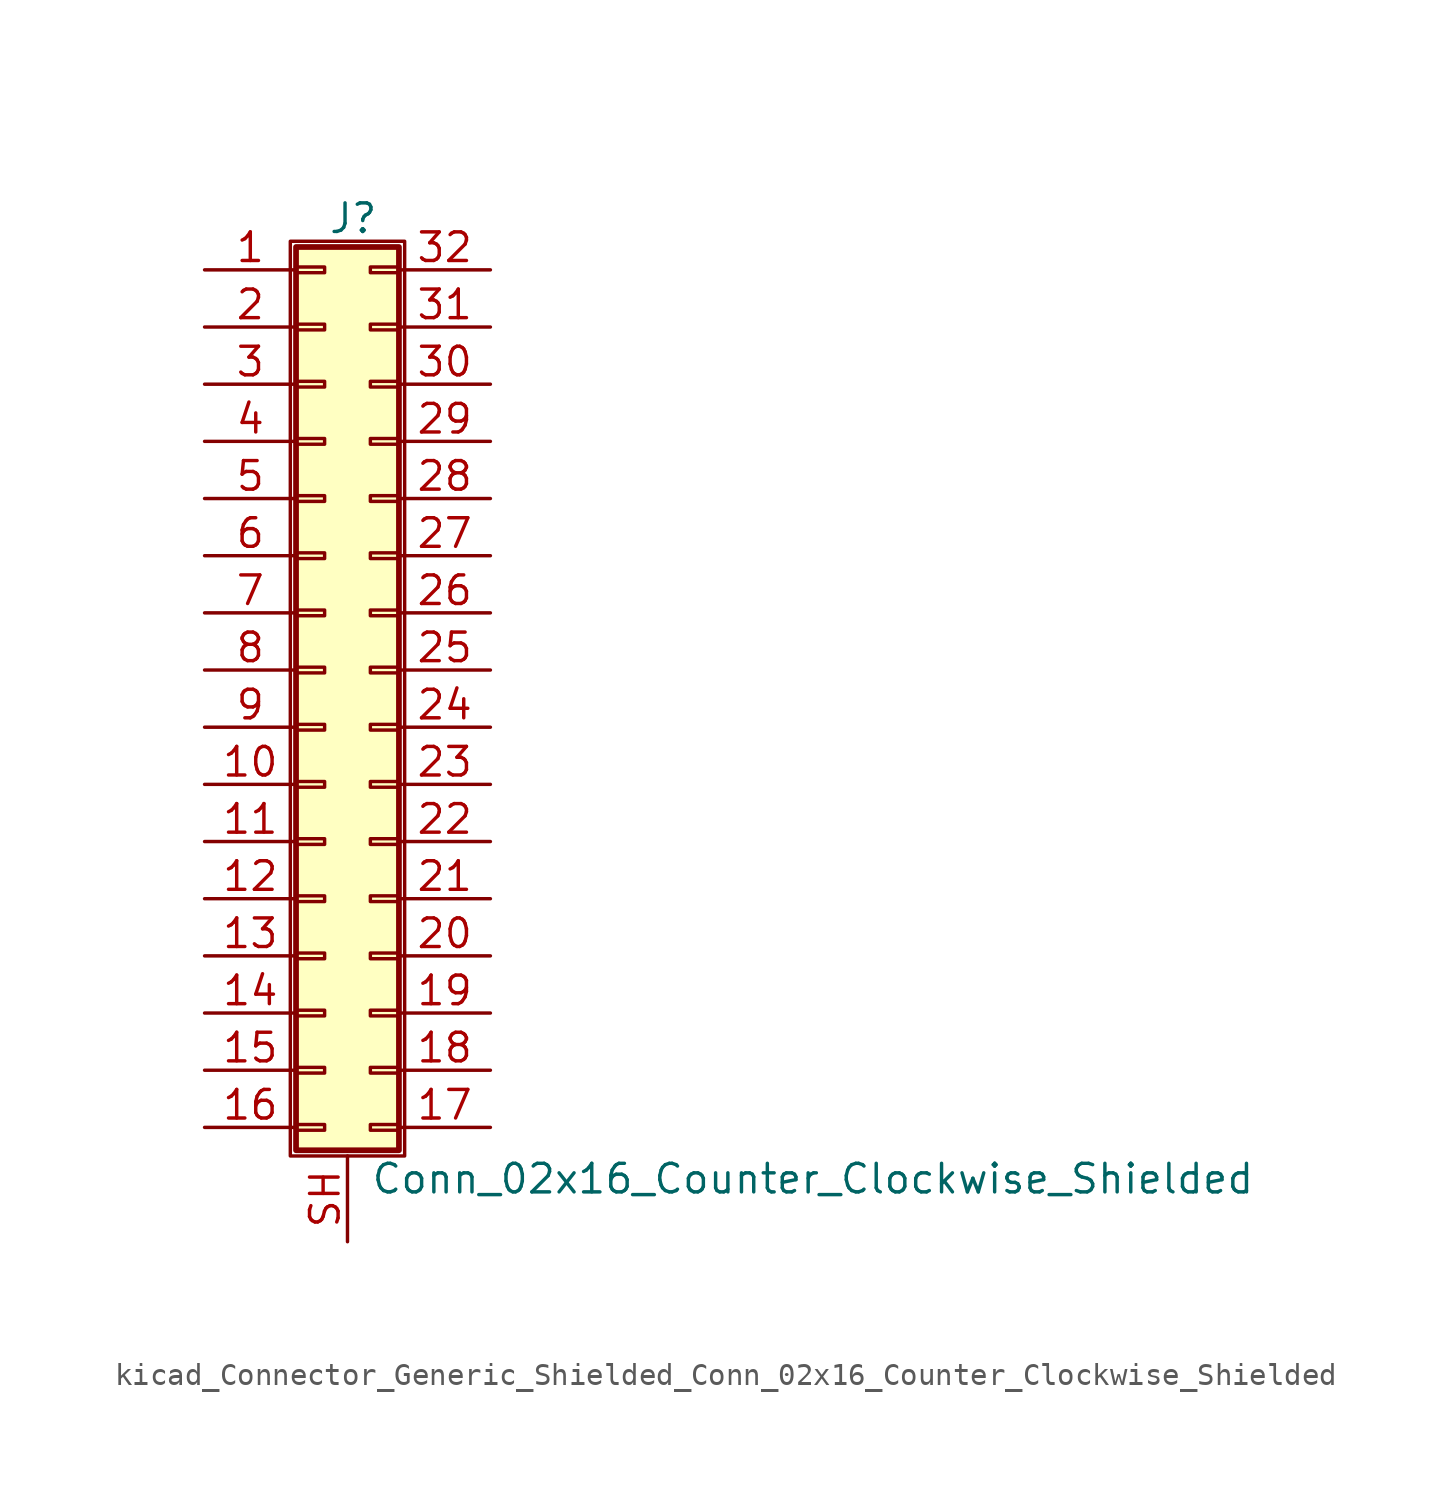
<source format=kicad_sym>
(kicad_symbol_lib
  (version 20220914)
  (generator kicad_symbol_editor)
  (symbol "kicad_Connector_Generic_Shielded_Conn_02x16_Counter_Clockwise_Shielded"
    (pin_names
      (offset 1.016) hide)
    (property "Reference" "J"
      (at 1.524 20.066 0)
      (effects (font (size 1.27 1.27))))
    (property "Value" "Conn_02x16_Counter_Clockwise_Shielded"
      (at 2.286 -22.606 0)
      (effects (font (size 1.27 1.27)) (justify left)))
    (symbol "kicad_Connector_Generic_Shielded_Conn_02x16_Counter_Clockwise_Shielded_1_1"
      (rectangle (start -1.27 19.05) (end 3.81 -21.59) (stroke (width 0.152) (type default)) (fill (type none)))
      (rectangle (start -1.016 -20.193) (end 0.254 -20.447) (stroke (width 0.152) (type default)) (fill (type none)))
      (rectangle (start -1.016 -17.653) (end 0.254 -17.907) (stroke (width 0.152) (type default)) (fill (type none)))
      (rectangle (start -1.016 -15.113) (end 0.254 -15.367) (stroke (width 0.152) (type default)) (fill (type none)))
      (rectangle (start -1.016 -12.573) (end 0.254 -12.827) (stroke (width 0.152) (type default)) (fill (type none)))
      (rectangle (start -1.016 -10.033) (end 0.254 -10.287) (stroke (width 0.152) (type default)) (fill (type none)))
      (rectangle (start -1.016 -7.493) (end 0.254 -7.747) (stroke (width 0.152) (type default)) (fill (type none)))
      (rectangle (start -1.016 -4.953) (end 0.254 -5.207) (stroke (width 0.152) (type default)) (fill (type none)))
      (rectangle (start -1.016 -2.413) (end 0.254 -2.667) (stroke (width 0.152) (type default)) (fill (type none)))
      (rectangle (start -1.016 0.127) (end 0.254 -0.127) (stroke (width 0.152) (type default)) (fill (type none)))
      (rectangle (start -1.016 2.667) (end 0.254 2.413) (stroke (width 0.152) (type default)) (fill (type none)))
      (rectangle (start -1.016 5.207) (end 0.254 4.953) (stroke (width 0.152) (type default)) (fill (type none)))
      (rectangle (start -1.016 7.747) (end 0.254 7.493) (stroke (width 0.152) (type default)) (fill (type none)))
      (rectangle (start -1.016 10.287) (end 0.254 10.033) (stroke (width 0.152) (type default)) (fill (type none)))
      (rectangle (start -1.016 12.827) (end 0.254 12.573) (stroke (width 0.152) (type default)) (fill (type none)))
      (rectangle (start -1.016 15.367) (end 0.254 15.113) (stroke (width 0.152) (type default)) (fill (type none)))
      (rectangle (start -1.016 17.907) (end 0.254 17.653) (stroke (width 0.152) (type default)) (fill (type none)))
      (rectangle (start -1.016 18.796) (end 3.556 -21.336) (stroke (width 0.254) (type default)) (fill (type background)))
      (rectangle (start 3.556 -20.193) (end 2.286 -20.447) (stroke (width 0.152) (type default)) (fill (type none)))
      (rectangle (start 3.556 -17.653) (end 2.286 -17.907) (stroke (width 0.152) (type default)) (fill (type none)))
      (rectangle (start 3.556 -15.113) (end 2.286 -15.367) (stroke (width 0.152) (type default)) (fill (type none)))
      (rectangle (start 3.556 -12.573) (end 2.286 -12.827) (stroke (width 0.152) (type default)) (fill (type none)))
      (rectangle (start 3.556 -10.033) (end 2.286 -10.287) (stroke (width 0.152) (type default)) (fill (type none)))
      (rectangle (start 3.556 -7.493) (end 2.286 -7.747) (stroke (width 0.152) (type default)) (fill (type none)))
      (rectangle (start 3.556 -4.953) (end 2.286 -5.207) (stroke (width 0.152) (type default)) (fill (type none)))
      (rectangle (start 3.556 -2.413) (end 2.286 -2.667) (stroke (width 0.152) (type default)) (fill (type none)))
      (rectangle (start 3.556 0.127) (end 2.286 -0.127) (stroke (width 0.152) (type default)) (fill (type none)))
      (rectangle (start 3.556 2.667) (end 2.286 2.413) (stroke (width 0.152) (type default)) (fill (type none)))
      (rectangle (start 3.556 5.207) (end 2.286 4.953) (stroke (width 0.152) (type default)) (fill (type none)))
      (rectangle (start 3.556 7.747) (end 2.286 7.493) (stroke (width 0.152) (type default)) (fill (type none)))
      (rectangle (start 3.556 10.287) (end 2.286 10.033) (stroke (width 0.152) (type default)) (fill (type none)))
      (rectangle (start 3.556 12.827) (end 2.286 12.573) (stroke (width 0.152) (type default)) (fill (type none)))
      (rectangle (start 3.556 15.367) (end 2.286 15.113) (stroke (width 0.152) (type default)) (fill (type none)))
      (rectangle (start 3.556 17.907) (end 2.286 17.653) (stroke (width 0.152) (type default)) (fill (type none)))
      (pin passive line (at -5.08 17.78 0) (length 4.064) (name "Pin_1" (effects (font (size 1.27 1.27)))) (number "1" (effects (font (size 1.27 1.27)))))
      (pin passive line (at -5.08 -5.08 0) (length 4.064) (name "Pin_10" (effects (font (size 1.27 1.27)))) (number "10" (effects (font (size 1.27 1.27)))))
      (pin passive line (at -5.08 -7.62 0) (length 4.064) (name "Pin_11" (effects (font (size 1.27 1.27)))) (number "11" (effects (font (size 1.27 1.27)))))
      (pin passive line (at -5.08 -10.16 0) (length 4.064) (name "Pin_12" (effects (font (size 1.27 1.27)))) (number "12" (effects (font (size 1.27 1.27)))))
      (pin passive line (at -5.08 -12.7 0) (length 4.064) (name "Pin_13" (effects (font (size 1.27 1.27)))) (number "13" (effects (font (size 1.27 1.27)))))
      (pin passive line (at -5.08 -15.24 0) (length 4.064) (name "Pin_14" (effects (font (size 1.27 1.27)))) (number "14" (effects (font (size 1.27 1.27)))))
      (pin passive line (at -5.08 -17.78 0) (length 4.064) (name "Pin_15" (effects (font (size 1.27 1.27)))) (number "15" (effects (font (size 1.27 1.27)))))
      (pin passive line (at -5.08 -20.32 0) (length 4.064) (name "Pin_16" (effects (font (size 1.27 1.27)))) (number "16" (effects (font (size 1.27 1.27)))))
      (pin passive line (at 7.62 -20.32 180) (length 4.064) (name "Pin_17" (effects (font (size 1.27 1.27)))) (number "17" (effects (font (size 1.27 1.27)))))
      (pin passive line (at 7.62 -17.78 180) (length 4.064) (name "Pin_18" (effects (font (size 1.27 1.27)))) (number "18" (effects (font (size 1.27 1.27)))))
      (pin passive line (at 7.62 -15.24 180) (length 4.064) (name "Pin_19" (effects (font (size 1.27 1.27)))) (number "19" (effects (font (size 1.27 1.27)))))
      (pin passive line (at -5.08 15.24 0) (length 4.064) (name "Pin_2" (effects (font (size 1.27 1.27)))) (number "2" (effects (font (size 1.27 1.27)))))
      (pin passive line (at 7.62 -12.7 180) (length 4.064) (name "Pin_20" (effects (font (size 1.27 1.27)))) (number "20" (effects (font (size 1.27 1.27)))))
      (pin passive line (at 7.62 -10.16 180) (length 4.064) (name "Pin_21" (effects (font (size 1.27 1.27)))) (number "21" (effects (font (size 1.27 1.27)))))
      (pin passive line (at 7.62 -7.62 180) (length 4.064) (name "Pin_22" (effects (font (size 1.27 1.27)))) (number "22" (effects (font (size 1.27 1.27)))))
      (pin passive line (at 7.62 -5.08 180) (length 4.064) (name "Pin_23" (effects (font (size 1.27 1.27)))) (number "23" (effects (font (size 1.27 1.27)))))
      (pin passive line (at 7.62 -2.54 180) (length 4.064) (name "Pin_24" (effects (font (size 1.27 1.27)))) (number "24" (effects (font (size 1.27 1.27)))))
      (pin passive line (at 7.62 0 180) (length 4.064) (name "Pin_25" (effects (font (size 1.27 1.27)))) (number "25" (effects (font (size 1.27 1.27)))))
      (pin passive line (at 7.62 2.54 180) (length 4.064) (name "Pin_26" (effects (font (size 1.27 1.27)))) (number "26" (effects (font (size 1.27 1.27)))))
      (pin passive line (at 7.62 5.08 180) (length 4.064) (name "Pin_27" (effects (font (size 1.27 1.27)))) (number "27" (effects (font (size 1.27 1.27)))))
      (pin passive line (at 7.62 7.62 180) (length 4.064) (name "Pin_28" (effects (font (size 1.27 1.27)))) (number "28" (effects (font (size 1.27 1.27)))))
      (pin passive line (at 7.62 10.16 180) (length 4.064) (name "Pin_29" (effects (font (size 1.27 1.27)))) (number "29" (effects (font (size 1.27 1.27)))))
      (pin passive line (at -5.08 12.7 0) (length 4.064) (name "Pin_3" (effects (font (size 1.27 1.27)))) (number "3" (effects (font (size 1.27 1.27)))))
      (pin passive line (at 7.62 12.7 180) (length 4.064) (name "Pin_30" (effects (font (size 1.27 1.27)))) (number "30" (effects (font (size 1.27 1.27)))))
      (pin passive line (at 7.62 15.24 180) (length 4.064) (name "Pin_31" (effects (font (size 1.27 1.27)))) (number "31" (effects (font (size 1.27 1.27)))))
      (pin passive line (at 7.62 17.78 180) (length 4.064) (name "Pin_32" (effects (font (size 1.27 1.27)))) (number "32" (effects (font (size 1.27 1.27)))))
      (pin passive line (at -5.08 10.16 0) (length 4.064) (name "Pin_4" (effects (font (size 1.27 1.27)))) (number "4" (effects (font (size 1.27 1.27)))))
      (pin passive line (at -5.08 7.62 0) (length 4.064) (name "Pin_5" (effects (font (size 1.27 1.27)))) (number "5" (effects (font (size 1.27 1.27)))))
      (pin passive line (at -5.08 5.08 0) (length 4.064) (name "Pin_6" (effects (font (size 1.27 1.27)))) (number "6" (effects (font (size 1.27 1.27)))))
      (pin passive line (at -5.08 2.54 0) (length 4.064) (name "Pin_7" (effects (font (size 1.27 1.27)))) (number "7" (effects (font (size 1.27 1.27)))))
      (pin passive line (at -5.08 0 0) (length 4.064) (name "Pin_8" (effects (font (size 1.27 1.27)))) (number "8" (effects (font (size 1.27 1.27)))))
      (pin passive line (at -5.08 -2.54 0) (length 4.064) (name "Pin_9" (effects (font (size 1.27 1.27)))) (number "9" (effects (font (size 1.27 1.27)))))
      (pin passive line (at 1.27 -25.4 90) (length 3.81) (name "Shield" (effects (font (size 1.27 1.27)))) (number "SH" (effects (font (size 1.27 1.27))))))))
</source>
